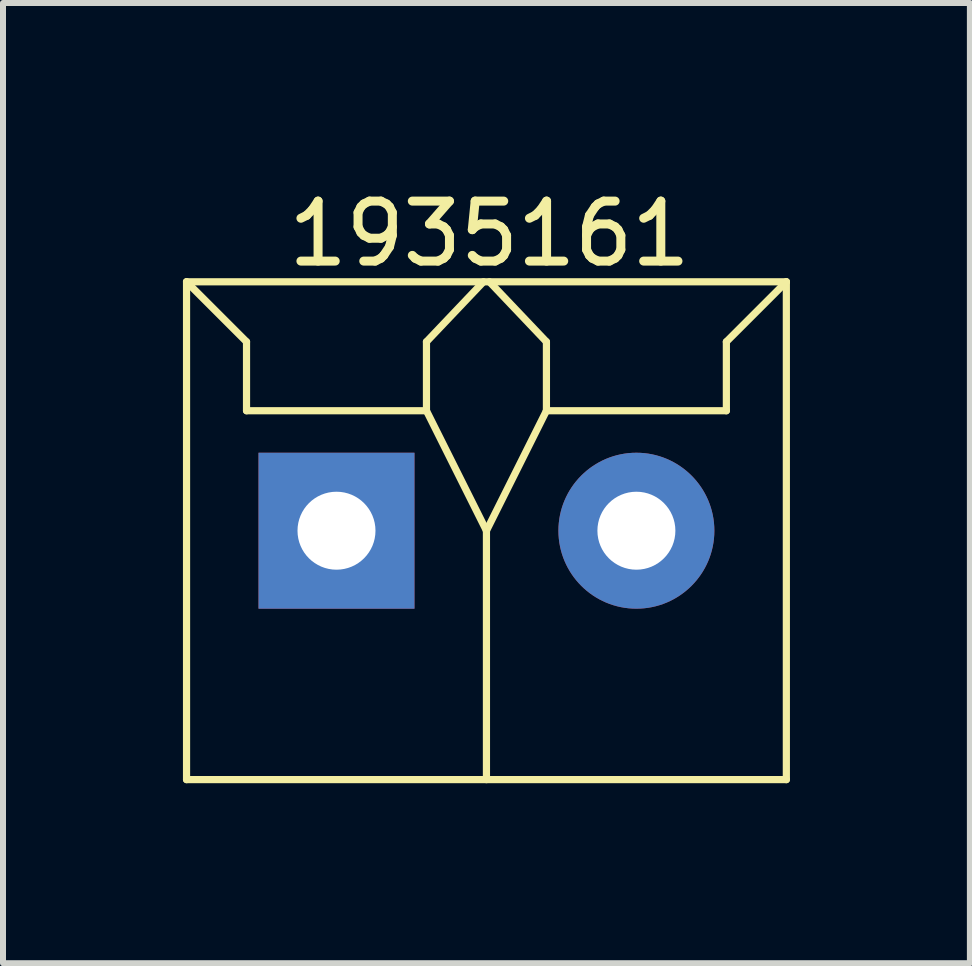
<source format=kicad_pcb>
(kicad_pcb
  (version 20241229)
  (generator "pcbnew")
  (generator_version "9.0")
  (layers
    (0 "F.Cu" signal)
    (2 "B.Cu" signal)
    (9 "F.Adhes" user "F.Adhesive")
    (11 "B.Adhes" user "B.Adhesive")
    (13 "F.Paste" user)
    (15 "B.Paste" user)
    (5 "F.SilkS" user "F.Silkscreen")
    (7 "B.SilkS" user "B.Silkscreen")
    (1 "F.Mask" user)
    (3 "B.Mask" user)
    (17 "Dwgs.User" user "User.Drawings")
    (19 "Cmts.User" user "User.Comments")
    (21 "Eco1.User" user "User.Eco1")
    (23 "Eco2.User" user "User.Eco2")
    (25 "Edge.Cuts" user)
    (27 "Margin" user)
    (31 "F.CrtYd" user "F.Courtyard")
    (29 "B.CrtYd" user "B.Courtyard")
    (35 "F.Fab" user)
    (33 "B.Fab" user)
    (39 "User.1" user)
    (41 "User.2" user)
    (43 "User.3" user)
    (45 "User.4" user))
  (footprint "1935161"
    (layer "F.Cu")
    (at 5.06 5.798)
    (property "Reference" "1935161" (at 0.05 -4.95 0) (layer "F.SilkS") (effects (font (size 1 1) (thickness 0.15))))
    (attr through_hole)
    (fp_line (start -5 -4.15) (end -4 -3.15) (stroke (width 0.12) (type solid)) (layer "F.SilkS"))
    (fp_line (start -5 -4.15) (end 5 -4.15) (stroke (width 0.12) (type solid)) (layer "F.SilkS"))
    (fp_line (start -5 4.15) (end -5 -4.15) (stroke (width 0.12) (type solid)) (layer "F.SilkS"))
    (fp_line (start -4 -3.15) (end -4 -2) (stroke (width 0.12) (type solid)) (layer "F.SilkS"))
    (fp_line (start -4 -2) (end -1 -2) (stroke (width 0.12) (type solid)) (layer "F.SilkS"))
    (fp_line (start -1 -3.15) (end -0.05 -4.15) (stroke (width 0.12) (type solid)) (layer "F.SilkS"))
    (fp_line (start -1 -2) (end -1 -3.15) (stroke (width 0.12) (type solid)) (layer "F.SilkS"))
    (fp_line (start -1 -2) (end 0 0) (stroke (width 0.12) (type solid)) (layer "F.SilkS"))
    (fp_line (start 0 0) (end 0 4.15) (stroke (width 0.12) (type solid)) (layer "F.SilkS"))
    (fp_line (start 0 0) (end 1 -2) (stroke (width 0.12) (type solid)) (layer "F.SilkS"))
    (fp_line (start 1 -3.15) (end 0.05 -4.15) (stroke (width 0.12) (type solid)) (layer "F.SilkS"))
    (fp_line (start 1 -2) (end 1 -3.15) (stroke (width 0.12) (type solid)) (layer "F.SilkS"))
    (fp_line (start 4 -3.15) (end 4 -2) (stroke (width 0.12) (type solid)) (layer "F.SilkS"))
    (fp_line (start 4 -2) (end 1 -2) (stroke (width 0.12) (type solid)) (layer "F.SilkS"))
    (fp_line (start 5 -4.15) (end 4 -3.15) (stroke (width 0.12) (type solid)) (layer "F.SilkS"))
    (fp_line (start 5 -4.15) (end 5 4.15) (stroke (width 0.12) (type solid)) (layer "F.SilkS"))
    (fp_line (start 5 4.15) (end -5 4.15) (stroke (width 0.12) (type solid)) (layer "F.SilkS"))
    (pad "1" thru_hole rect (at -2.5 0) (size 2.6 2.6) (drill 1.3) (layers "*.Cu" "*.Mask"))
    (pad "2" thru_hole circle (at 2.5 0) (size 2.6 2.6) (drill 1.3) (layers "*.Cu" "*.Mask")))
  (gr_rect
    (start -3 -3)
    (end 13.12 13.008)
    (stroke (width 0.1) (type default))
    (fill no)
    (layer "Edge.Cuts")))
</source>
